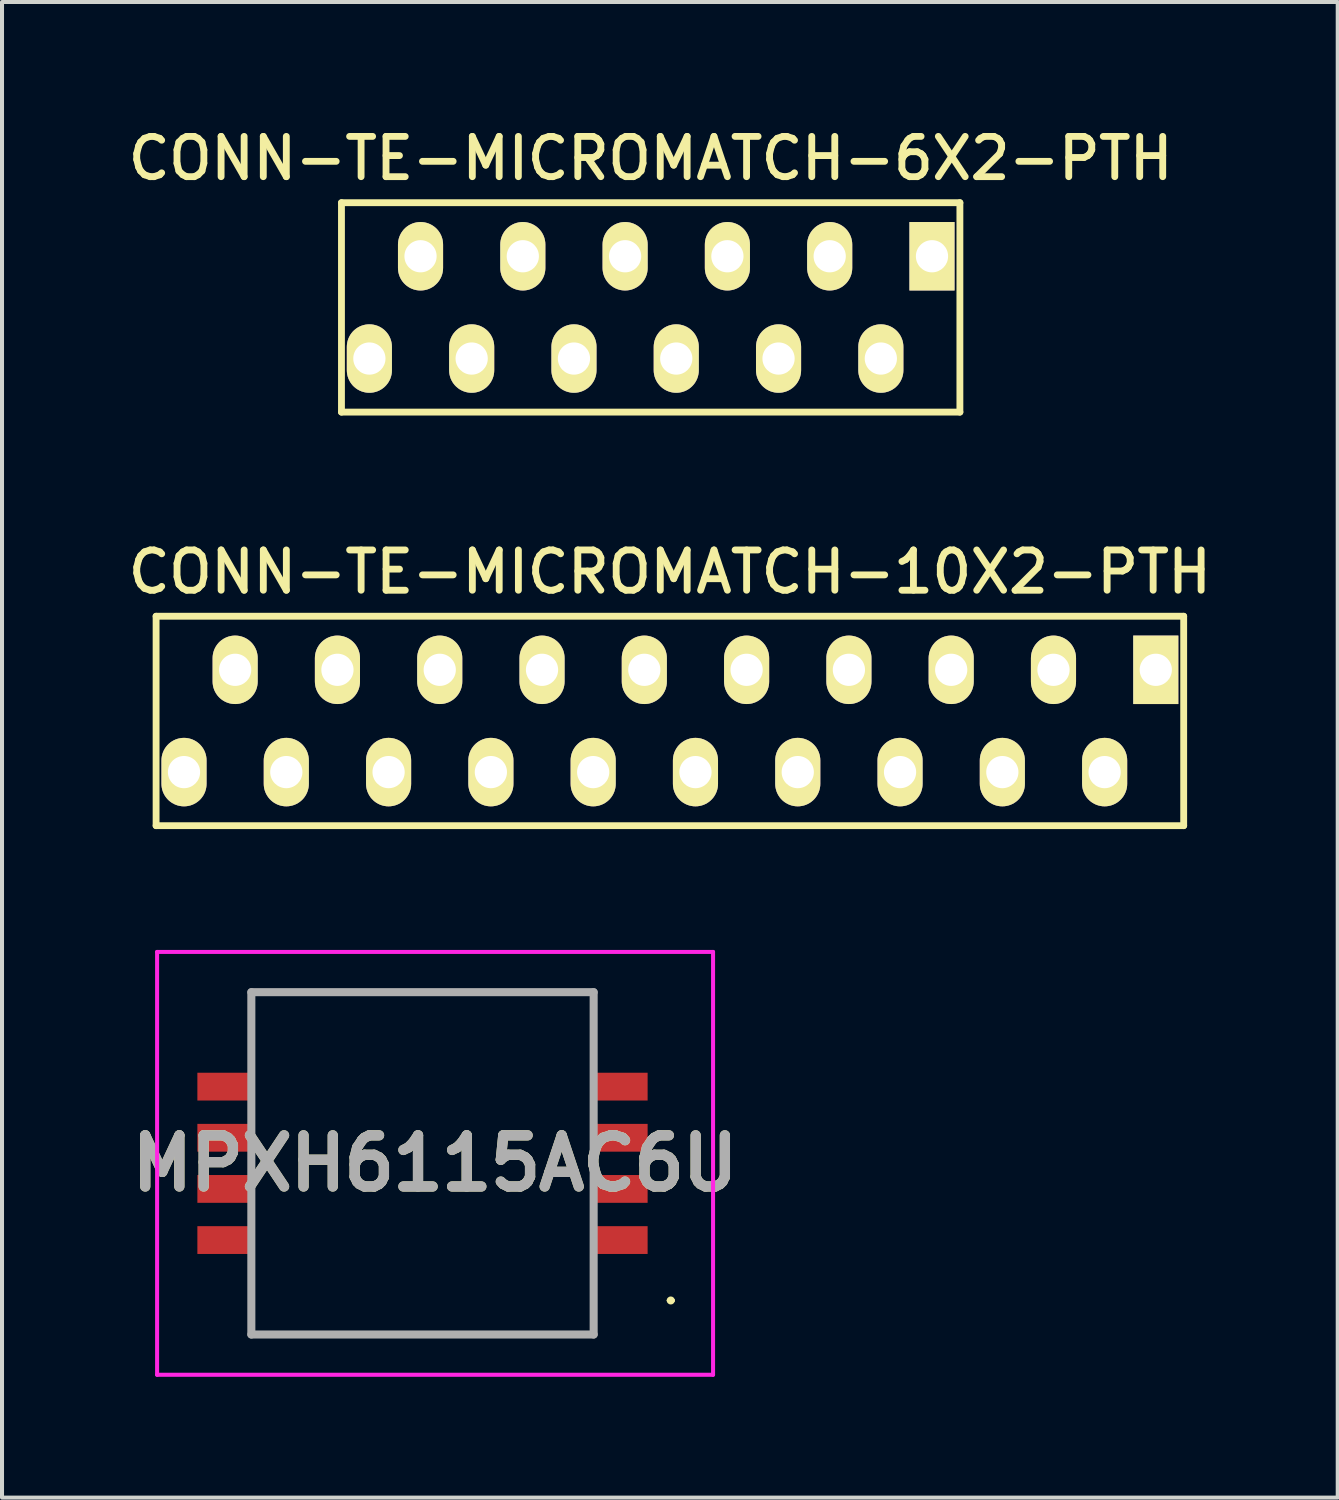
<source format=kicad_pcb>
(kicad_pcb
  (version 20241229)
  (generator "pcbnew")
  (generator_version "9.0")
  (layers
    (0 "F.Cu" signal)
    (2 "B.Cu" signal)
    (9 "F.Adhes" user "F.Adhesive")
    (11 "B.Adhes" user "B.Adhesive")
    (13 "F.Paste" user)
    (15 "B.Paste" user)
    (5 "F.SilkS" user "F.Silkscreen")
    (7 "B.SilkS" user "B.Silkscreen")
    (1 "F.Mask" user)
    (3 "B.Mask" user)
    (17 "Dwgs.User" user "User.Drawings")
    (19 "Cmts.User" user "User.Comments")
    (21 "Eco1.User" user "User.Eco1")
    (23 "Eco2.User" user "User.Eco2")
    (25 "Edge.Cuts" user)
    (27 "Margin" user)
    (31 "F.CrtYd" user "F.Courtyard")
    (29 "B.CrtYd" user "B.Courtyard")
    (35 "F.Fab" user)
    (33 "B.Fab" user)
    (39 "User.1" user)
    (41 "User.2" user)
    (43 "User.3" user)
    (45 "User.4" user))
  (footprint "CONN-TE-MICROMATCH-6X2-PTH"
    (layer "F.Cu")
    (at 13.107 4.583)
    (property "Reference" "CONN-TE-MICROMATCH-6X2-PTH" (at 0 -3.7 0) (layer "F.SilkS") (effects (font (size 1 1) (thickness 0.17))))
    (attr through_hole)
    (fp_line (start -7.678 -2.6) (end 7.678 -2.6) (stroke (width 0.17) (type solid)) (layer "F.SilkS"))
    (fp_line (start -7.678 2.6) (end -7.678 -2.6) (stroke (width 0.17) (type solid)) (layer "F.SilkS"))
    (fp_line (start -7.678 2.6) (end 7.678 2.6) (stroke (width 0.17) (type solid)) (layer "F.SilkS"))
    (fp_line (start 7.678 2.6) (end 7.678 -2.6) (stroke (width 0.17) (type solid)) (layer "F.SilkS"))
    (pad "1" thru_hole rect (at 6.985 -1.27) (size 1.12 1.7) (drill 0.8) (layers "*.Cu" "*.Mask" "F.SilkS"))
    (pad "2" thru_hole oval (at 5.715 1.27) (size 1.12 1.7) (drill 0.8) (layers "*.Cu" "*.Mask" "F.SilkS"))
    (pad "3" thru_hole oval (at 4.445 -1.27) (size 1.12 1.7) (drill 0.8) (layers "*.Cu" "*.Mask" "F.SilkS"))
    (pad "4" thru_hole oval (at 3.175 1.27) (size 1.12 1.7) (drill 0.8) (layers "*.Cu" "*.Mask" "F.SilkS"))
    (pad "5" thru_hole oval (at 1.905 -1.27) (size 1.12 1.7) (drill 0.8) (layers "*.Cu" "*.Mask" "F.SilkS"))
    (pad "6" thru_hole oval (at 0.635 1.27) (size 1.12 1.7) (drill 0.8) (layers "*.Cu" "*.Mask" "F.SilkS"))
    (pad "7" thru_hole oval (at -0.635 -1.27) (size 1.12 1.7) (drill 0.8) (layers "*.Cu" "*.Mask" "F.SilkS"))
    (pad "8" thru_hole oval (at -1.905 1.27) (size 1.12 1.7) (drill 0.8) (layers "*.Cu" "*.Mask" "F.SilkS"))
    (pad "9" thru_hole oval (at -3.175 -1.27) (size 1.12 1.7) (drill 0.8) (layers "*.Cu" "*.Mask" "F.SilkS"))
    (pad "10" thru_hole oval (at -4.445 1.27) (size 1.12 1.7) (drill 0.8) (layers "*.Cu" "*.Mask" "F.SilkS"))
    (pad "11" thru_hole oval (at -5.715 -1.27) (size 1.12 1.7) (drill 0.8) (layers "*.Cu" "*.Mask" "F.SilkS"))
    (pad "12" thru_hole oval (at -6.985 1.27) (size 1.12 1.7) (drill 0.8) (layers "*.Cu" "*.Mask" "F.SilkS")))
  (footprint "CONN-TE-MICROMATCH-10X2-PTH"
    (layer "F.Cu")
    (at 13.584 14.852)
    (property "Reference" "CONN-TE-MICROMATCH-10X2-PTH" (at 0 -3.7 0) (layer "F.SilkS") (effects (font (size 1 1) (thickness 0.17))))
    (attr through_hole)
    (fp_line (start -12.758 -2.6) (end 12.758 -2.6) (stroke (width 0.17) (type solid)) (layer "F.SilkS"))
    (fp_line (start -12.758 2.6) (end -12.758 -2.6) (stroke (width 0.17) (type solid)) (layer "F.SilkS"))
    (fp_line (start -12.758 2.6) (end 12.758 2.6) (stroke (width 0.17) (type solid)) (layer "F.SilkS"))
    (fp_line (start 12.758 2.6) (end 12.758 -2.6) (stroke (width 0.17) (type solid)) (layer "F.SilkS"))
    (pad "1" thru_hole rect (at 12.065 -1.27) (size 1.12 1.7) (drill 0.8) (layers "*.Cu" "*.Mask" "F.SilkS"))
    (pad "2" thru_hole oval (at 10.795 1.27) (size 1.12 1.7) (drill 0.8) (layers "*.Cu" "*.Mask" "F.SilkS"))
    (pad "3" thru_hole oval (at 9.525 -1.27) (size 1.12 1.7) (drill 0.8) (layers "*.Cu" "*.Mask" "F.SilkS"))
    (pad "4" thru_hole oval (at 8.255 1.27) (size 1.12 1.7) (drill 0.8) (layers "*.Cu" "*.Mask" "F.SilkS"))
    (pad "5" thru_hole oval (at 6.985 -1.27) (size 1.12 1.7) (drill 0.8) (layers "*.Cu" "*.Mask" "F.SilkS"))
    (pad "6" thru_hole oval (at 5.715 1.27) (size 1.12 1.7) (drill 0.8) (layers "*.Cu" "*.Mask" "F.SilkS"))
    (pad "7" thru_hole oval (at 4.445 -1.27) (size 1.12 1.7) (drill 0.8) (layers "*.Cu" "*.Mask" "F.SilkS"))
    (pad "8" thru_hole oval (at 3.175 1.27) (size 1.12 1.7) (drill 0.8) (layers "*.Cu" "*.Mask" "F.SilkS"))
    (pad "9" thru_hole oval (at 1.905 -1.27) (size 1.12 1.7) (drill 0.8) (layers "*.Cu" "*.Mask" "F.SilkS"))
    (pad "10" thru_hole oval (at 0.635 1.27) (size 1.12 1.7) (drill 0.8) (layers "*.Cu" "*.Mask" "F.SilkS"))
    (pad "11" thru_hole oval (at -0.635 -1.27) (size 1.12 1.7) (drill 0.8) (layers "*.Cu" "*.Mask" "F.SilkS"))
    (pad "12" thru_hole oval (at -1.905 1.27) (size 1.12 1.7) (drill 0.8) (layers "*.Cu" "*.Mask" "F.SilkS"))
    (pad "13" thru_hole oval (at -3.175 -1.27) (size 1.12 1.7) (drill 0.8) (layers "*.Cu" "*.Mask" "F.SilkS"))
    (pad "14" thru_hole oval (at -4.445 1.27) (size 1.12 1.7) (drill 0.8) (layers "*.Cu" "*.Mask" "F.SilkS"))
    (pad "15" thru_hole oval (at -5.715 -1.27) (size 1.12 1.7) (drill 0.8) (layers "*.Cu" "*.Mask" "F.SilkS"))
    (pad "16" thru_hole oval (at -6.985 1.27) (size 1.12 1.7) (drill 0.8) (layers "*.Cu" "*.Mask" "F.SilkS"))
    (pad "17" thru_hole oval (at -8.255 -1.27) (size 1.12 1.7) (drill 0.8) (layers "*.Cu" "*.Mask" "F.SilkS"))
    (pad "18" thru_hole oval (at -9.525 1.27) (size 1.12 1.7) (drill 0.8) (layers "*.Cu" "*.Mask" "F.SilkS"))
    (pad "19" thru_hole oval (at -10.795 -1.27) (size 1.12 1.7) (drill 0.8) (layers "*.Cu" "*.Mask" "F.SilkS"))
    (pad "20" thru_hole oval (at -12.065 1.27) (size 1.12 1.7) (drill 0.8) (layers "*.Cu" "*.Mask" "F.SilkS")))
  (footprint "MPXH6115AC6U"
    (layer "F.Cu")
    (at 12.356 27.742)
    (property "Reference" "MPXH6115AC6U" (at -4.603 -1.905 0) (layer "F.SilkS") (effects (font (size 1.27 1.27) (thickness 0.254))))
    (attr smd)
    (fp_line (start -9.165 -6.155) (end -0.665 -6.155) (stroke (width 0.1) (type solid)) (layer "F.SilkS"))
    (fp_line (start -9.165 2.345) (end -9.165 -6.155) (stroke (width 0.1) (type solid)) (layer "F.SilkS"))
    (fp_line (start -0.665 -6.155) (end -0.665 2.345) (stroke (width 0.1) (type solid)) (layer "F.SilkS"))
    (fp_line (start -0.665 2.345) (end -9.165 2.345) (stroke (width 0.1) (type solid)) (layer "F.SilkS"))
    (fp_line (start 1.2 1.5) (end 1.2 1.5) (stroke (width 0.1) (type solid)) (layer "F.SilkS"))
    (fp_line (start 1.3 1.5) (end 1.3 1.5) (stroke (width 0.1) (type solid)) (layer "F.SilkS"))
    (fp_arc (start 1.2 1.5) (mid 1.25 1.45) (end 1.3 1.5) (stroke (width 0.1) (type solid)) (layer "F.SilkS"))
    (fp_arc (start 1.3 1.5) (mid 1.25 1.55) (end 1.2 1.5) (stroke (width 0.1) (type solid)) (layer "F.SilkS"))
    (fp_line (start -11.505 -7.155) (end 2.3 -7.155) (stroke (width 0.1) (type solid)) (layer "F.CrtYd"))
    (fp_line (start -11.505 3.345) (end -11.505 -7.155) (stroke (width 0.1) (type solid)) (layer "F.CrtYd"))
    (fp_line (start 2.3 -7.155) (end 2.3 3.345) (stroke (width 0.1) (type solid)) (layer "F.CrtYd"))
    (fp_line (start 2.3 3.345) (end -11.505 3.345) (stroke (width 0.1) (type solid)) (layer "F.CrtYd"))
    (fp_line (start -9.165 -6.155) (end -0.665 -6.155) (stroke (width 0.2) (type solid)) (layer "F.Fab"))
    (fp_line (start -9.165 2.345) (end -9.165 -6.155) (stroke (width 0.2) (type solid)) (layer "F.Fab"))
    (fp_line (start -0.665 -6.155) (end -0.665 2.345) (stroke (width 0.2) (type solid)) (layer "F.Fab"))
    (fp_line (start -0.665 2.345) (end -9.165 2.345) (stroke (width 0.2) (type solid)) (layer "F.Fab"))
    (fp_text user "${REFERENCE}" (at -4.603 -1.905 0) (layer "F.Fab") (effects (font (size 1.27 1.27) (thickness 0.254))))
    (pad "1" smd rect (at 0 0 90) (size 0.69 1.35) (layers "F.Cu" "F.Mask" "F.Paste"))
    (pad "2" smd rect (at 0 -1.27 90) (size 0.69 1.35) (layers "F.Cu" "F.Mask" "F.Paste"))
    (pad "3" smd rect (at 0 -2.54 90) (size 0.69 1.35) (layers "F.Cu" "F.Mask" "F.Paste"))
    (pad "4" smd rect (at 0 -3.81 90) (size 0.69 1.35) (layers "F.Cu" "F.Mask" "F.Paste"))
    (pad "5" smd rect (at -9.83 -3.81 90) (size 0.69 1.35) (layers "F.Cu" "F.Mask" "F.Paste"))
    (pad "6" smd rect (at -9.83 -2.54 90) (size 0.69 1.35) (layers "F.Cu" "F.Mask" "F.Paste"))
    (pad "7" smd rect (at -9.83 -1.27 90) (size 0.69 1.35) (layers "F.Cu" "F.Mask" "F.Paste"))
    (pad "8" smd rect (at -9.83 0 90) (size 0.69 1.35) (layers "F.Cu" "F.Mask" "F.Paste")))
  (gr_rect
    (start -3 -3)
    (end 30.167 34.137)
    (stroke (width 0.1) (type default))
    (fill no)
    (layer "Edge.Cuts")))
</source>
